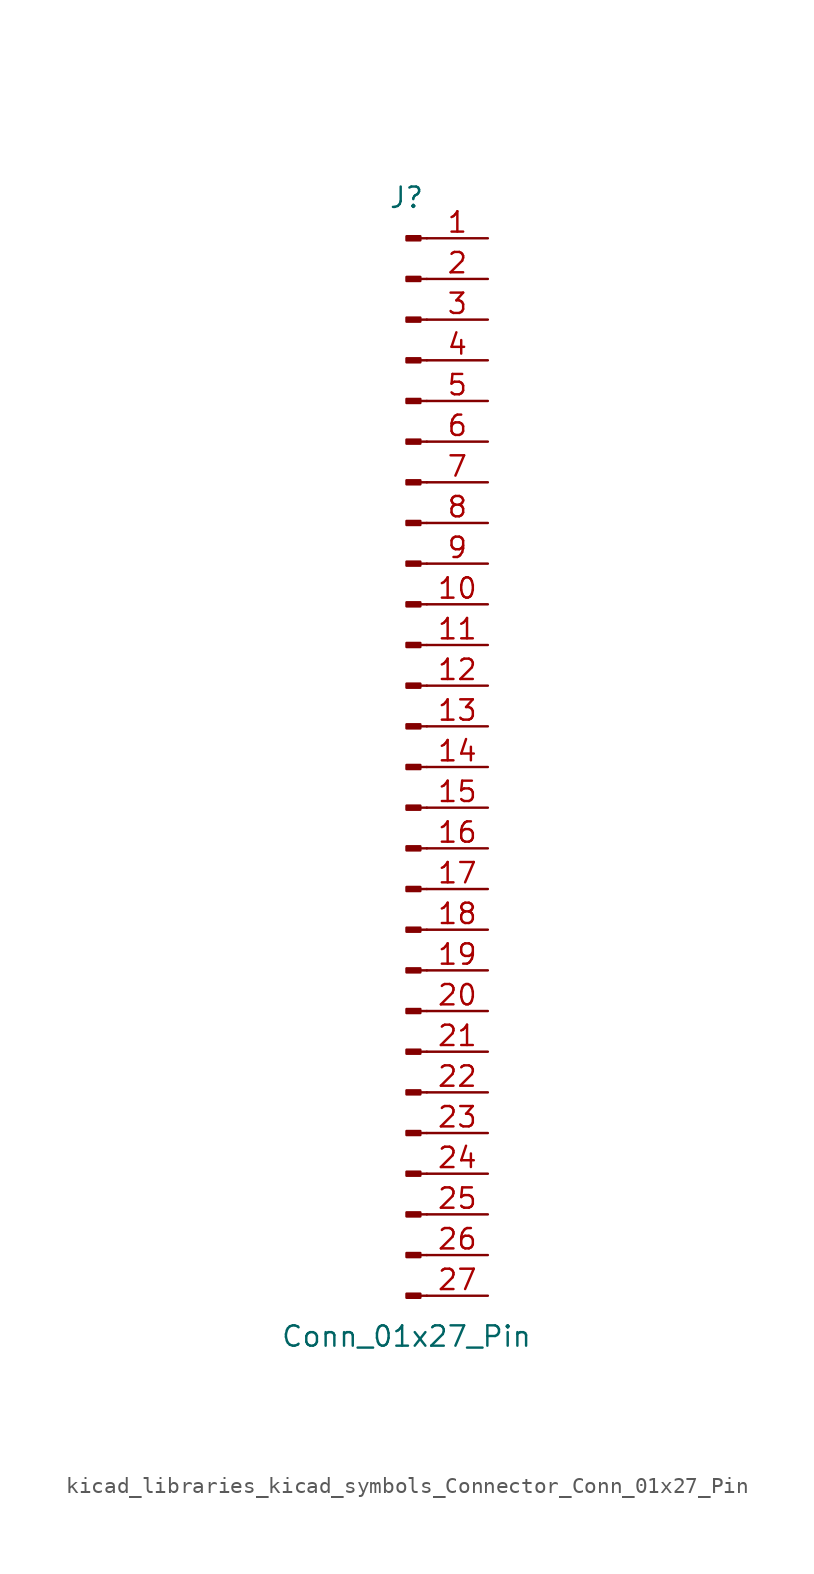
<source format=kicad_sym>
(kicad_symbol_lib
  (version 20220914)
  (generator kicad_symbol_editor)
  (symbol "kicad_libraries_kicad_symbols_Connector_Conn_01x27_Pin"
    (pin_names
      (offset 1.016) hide)
    (property "Reference" "J"
      (at 0 35.56 0)
      (effects (font (size 1.27 1.27))))
    (property "Value" "Conn_01x27_Pin"
      (at 0 -35.56 0)
      (effects (font (size 1.27 1.27))))
    (property "ki_locked" ""
      (at 0 0 0)
      (effects (font (size 1.27 1.27))))
    (symbol "kicad_libraries_kicad_symbols_Connector_Conn_01x27_Pin_1_1"
      (polyline (pts (xy 1.27 -33.02) (xy 0.864 -33.02)) (stroke (width 0.152) (type default)) (fill (type none)))
      (polyline (pts (xy 1.27 -30.48) (xy 0.864 -30.48)) (stroke (width 0.152) (type default)) (fill (type none)))
      (polyline (pts (xy 1.27 -27.94) (xy 0.864 -27.94)) (stroke (width 0.152) (type default)) (fill (type none)))
      (polyline (pts (xy 1.27 -25.4) (xy 0.864 -25.4)) (stroke (width 0.152) (type default)) (fill (type none)))
      (polyline (pts (xy 1.27 -22.86) (xy 0.864 -22.86)) (stroke (width 0.152) (type default)) (fill (type none)))
      (polyline (pts (xy 1.27 -20.32) (xy 0.864 -20.32)) (stroke (width 0.152) (type default)) (fill (type none)))
      (polyline (pts (xy 1.27 -17.78) (xy 0.864 -17.78)) (stroke (width 0.152) (type default)) (fill (type none)))
      (polyline (pts (xy 1.27 -15.24) (xy 0.864 -15.24)) (stroke (width 0.152) (type default)) (fill (type none)))
      (polyline (pts (xy 1.27 -12.7) (xy 0.864 -12.7)) (stroke (width 0.152) (type default)) (fill (type none)))
      (polyline (pts (xy 1.27 -10.16) (xy 0.864 -10.16)) (stroke (width 0.152) (type default)) (fill (type none)))
      (polyline (pts (xy 1.27 -7.62) (xy 0.864 -7.62)) (stroke (width 0.152) (type default)) (fill (type none)))
      (polyline (pts (xy 1.27 -5.08) (xy 0.864 -5.08)) (stroke (width 0.152) (type default)) (fill (type none)))
      (polyline (pts (xy 1.27 -2.54) (xy 0.864 -2.54)) (stroke (width 0.152) (type default)) (fill (type none)))
      (polyline (pts (xy 1.27 0) (xy 0.864 0)) (stroke (width 0.152) (type default)) (fill (type none)))
      (polyline (pts (xy 1.27 2.54) (xy 0.864 2.54)) (stroke (width 0.152) (type default)) (fill (type none)))
      (polyline (pts (xy 1.27 5.08) (xy 0.864 5.08)) (stroke (width 0.152) (type default)) (fill (type none)))
      (polyline (pts (xy 1.27 7.62) (xy 0.864 7.62)) (stroke (width 0.152) (type default)) (fill (type none)))
      (polyline (pts (xy 1.27 10.16) (xy 0.864 10.16)) (stroke (width 0.152) (type default)) (fill (type none)))
      (polyline (pts (xy 1.27 12.7) (xy 0.864 12.7)) (stroke (width 0.152) (type default)) (fill (type none)))
      (polyline (pts (xy 1.27 15.24) (xy 0.864 15.24)) (stroke (width 0.152) (type default)) (fill (type none)))
      (polyline (pts (xy 1.27 17.78) (xy 0.864 17.78)) (stroke (width 0.152) (type default)) (fill (type none)))
      (polyline (pts (xy 1.27 20.32) (xy 0.864 20.32)) (stroke (width 0.152) (type default)) (fill (type none)))
      (polyline (pts (xy 1.27 22.86) (xy 0.864 22.86)) (stroke (width 0.152) (type default)) (fill (type none)))
      (polyline (pts (xy 1.27 25.4) (xy 0.864 25.4)) (stroke (width 0.152) (type default)) (fill (type none)))
      (polyline (pts (xy 1.27 27.94) (xy 0.864 27.94)) (stroke (width 0.152) (type default)) (fill (type none)))
      (polyline (pts (xy 1.27 30.48) (xy 0.864 30.48)) (stroke (width 0.152) (type default)) (fill (type none)))
      (polyline (pts (xy 1.27 33.02) (xy 0.864 33.02)) (stroke (width 0.152) (type default)) (fill (type none)))
      (rectangle (start 0.864 -32.893) (end 0 -33.147) (stroke (width 0.152) (type default)) (fill (type outline)))
      (rectangle (start 0.864 -30.353) (end 0 -30.607) (stroke (width 0.152) (type default)) (fill (type outline)))
      (rectangle (start 0.864 -27.813) (end 0 -28.067) (stroke (width 0.152) (type default)) (fill (type outline)))
      (rectangle (start 0.864 -25.273) (end 0 -25.527) (stroke (width 0.152) (type default)) (fill (type outline)))
      (rectangle (start 0.864 -22.733) (end 0 -22.987) (stroke (width 0.152) (type default)) (fill (type outline)))
      (rectangle (start 0.864 -20.193) (end 0 -20.447) (stroke (width 0.152) (type default)) (fill (type outline)))
      (rectangle (start 0.864 -17.653) (end 0 -17.907) (stroke (width 0.152) (type default)) (fill (type outline)))
      (rectangle (start 0.864 -15.113) (end 0 -15.367) (stroke (width 0.152) (type default)) (fill (type outline)))
      (rectangle (start 0.864 -12.573) (end 0 -12.827) (stroke (width 0.152) (type default)) (fill (type outline)))
      (rectangle (start 0.864 -10.033) (end 0 -10.287) (stroke (width 0.152) (type default)) (fill (type outline)))
      (rectangle (start 0.864 -7.493) (end 0 -7.747) (stroke (width 0.152) (type default)) (fill (type outline)))
      (rectangle (start 0.864 -4.953) (end 0 -5.207) (stroke (width 0.152) (type default)) (fill (type outline)))
      (rectangle (start 0.864 -2.413) (end 0 -2.667) (stroke (width 0.152) (type default)) (fill (type outline)))
      (rectangle (start 0.864 0.127) (end 0 -0.127) (stroke (width 0.152) (type default)) (fill (type outline)))
      (rectangle (start 0.864 2.667) (end 0 2.413) (stroke (width 0.152) (type default)) (fill (type outline)))
      (rectangle (start 0.864 5.207) (end 0 4.953) (stroke (width 0.152) (type default)) (fill (type outline)))
      (rectangle (start 0.864 7.747) (end 0 7.493) (stroke (width 0.152) (type default)) (fill (type outline)))
      (rectangle (start 0.864 10.287) (end 0 10.033) (stroke (width 0.152) (type default)) (fill (type outline)))
      (rectangle (start 0.864 12.827) (end 0 12.573) (stroke (width 0.152) (type default)) (fill (type outline)))
      (rectangle (start 0.864 15.367) (end 0 15.113) (stroke (width 0.152) (type default)) (fill (type outline)))
      (rectangle (start 0.864 17.907) (end 0 17.653) (stroke (width 0.152) (type default)) (fill (type outline)))
      (rectangle (start 0.864 20.447) (end 0 20.193) (stroke (width 0.152) (type default)) (fill (type outline)))
      (rectangle (start 0.864 22.987) (end 0 22.733) (stroke (width 0.152) (type default)) (fill (type outline)))
      (rectangle (start 0.864 25.527) (end 0 25.273) (stroke (width 0.152) (type default)) (fill (type outline)))
      (rectangle (start 0.864 28.067) (end 0 27.813) (stroke (width 0.152) (type default)) (fill (type outline)))
      (rectangle (start 0.864 30.607) (end 0 30.353) (stroke (width 0.152) (type default)) (fill (type outline)))
      (rectangle (start 0.864 33.147) (end 0 32.893) (stroke (width 0.152) (type default)) (fill (type outline)))
      (pin passive line (at 5.08 33.02 180) (length 3.81) (name "Pin_1" (effects (font (size 1.27 1.27)))) (number "1" (effects (font (size 1.27 1.27)))))
      (pin passive line (at 5.08 10.16 180) (length 3.81) (name "Pin_10" (effects (font (size 1.27 1.27)))) (number "10" (effects (font (size 1.27 1.27)))))
      (pin passive line (at 5.08 7.62 180) (length 3.81) (name "Pin_11" (effects (font (size 1.27 1.27)))) (number "11" (effects (font (size 1.27 1.27)))))
      (pin passive line (at 5.08 5.08 180) (length 3.81) (name "Pin_12" (effects (font (size 1.27 1.27)))) (number "12" (effects (font (size 1.27 1.27)))))
      (pin passive line (at 5.08 2.54 180) (length 3.81) (name "Pin_13" (effects (font (size 1.27 1.27)))) (number "13" (effects (font (size 1.27 1.27)))))
      (pin passive line (at 5.08 0 180) (length 3.81) (name "Pin_14" (effects (font (size 1.27 1.27)))) (number "14" (effects (font (size 1.27 1.27)))))
      (pin passive line (at 5.08 -2.54 180) (length 3.81) (name "Pin_15" (effects (font (size 1.27 1.27)))) (number "15" (effects (font (size 1.27 1.27)))))
      (pin passive line (at 5.08 -5.08 180) (length 3.81) (name "Pin_16" (effects (font (size 1.27 1.27)))) (number "16" (effects (font (size 1.27 1.27)))))
      (pin passive line (at 5.08 -7.62 180) (length 3.81) (name "Pin_17" (effects (font (size 1.27 1.27)))) (number "17" (effects (font (size 1.27 1.27)))))
      (pin passive line (at 5.08 -10.16 180) (length 3.81) (name "Pin_18" (effects (font (size 1.27 1.27)))) (number "18" (effects (font (size 1.27 1.27)))))
      (pin passive line (at 5.08 -12.7 180) (length 3.81) (name "Pin_19" (effects (font (size 1.27 1.27)))) (number "19" (effects (font (size 1.27 1.27)))))
      (pin passive line (at 5.08 30.48 180) (length 3.81) (name "Pin_2" (effects (font (size 1.27 1.27)))) (number "2" (effects (font (size 1.27 1.27)))))
      (pin passive line (at 5.08 -15.24 180) (length 3.81) (name "Pin_20" (effects (font (size 1.27 1.27)))) (number "20" (effects (font (size 1.27 1.27)))))
      (pin passive line (at 5.08 -17.78 180) (length 3.81) (name "Pin_21" (effects (font (size 1.27 1.27)))) (number "21" (effects (font (size 1.27 1.27)))))
      (pin passive line (at 5.08 -20.32 180) (length 3.81) (name "Pin_22" (effects (font (size 1.27 1.27)))) (number "22" (effects (font (size 1.27 1.27)))))
      (pin passive line (at 5.08 -22.86 180) (length 3.81) (name "Pin_23" (effects (font (size 1.27 1.27)))) (number "23" (effects (font (size 1.27 1.27)))))
      (pin passive line (at 5.08 -25.4 180) (length 3.81) (name "Pin_24" (effects (font (size 1.27 1.27)))) (number "24" (effects (font (size 1.27 1.27)))))
      (pin passive line (at 5.08 -27.94 180) (length 3.81) (name "Pin_25" (effects (font (size 1.27 1.27)))) (number "25" (effects (font (size 1.27 1.27)))))
      (pin passive line (at 5.08 -30.48 180) (length 3.81) (name "Pin_26" (effects (font (size 1.27 1.27)))) (number "26" (effects (font (size 1.27 1.27)))))
      (pin passive line (at 5.08 -33.02 180) (length 3.81) (name "Pin_27" (effects (font (size 1.27 1.27)))) (number "27" (effects (font (size 1.27 1.27)))))
      (pin passive line (at 5.08 27.94 180) (length 3.81) (name "Pin_3" (effects (font (size 1.27 1.27)))) (number "3" (effects (font (size 1.27 1.27)))))
      (pin passive line (at 5.08 25.4 180) (length 3.81) (name "Pin_4" (effects (font (size 1.27 1.27)))) (number "4" (effects (font (size 1.27 1.27)))))
      (pin passive line (at 5.08 22.86 180) (length 3.81) (name "Pin_5" (effects (font (size 1.27 1.27)))) (number "5" (effects (font (size 1.27 1.27)))))
      (pin passive line (at 5.08 20.32 180) (length 3.81) (name "Pin_6" (effects (font (size 1.27 1.27)))) (number "6" (effects (font (size 1.27 1.27)))))
      (pin passive line (at 5.08 17.78 180) (length 3.81) (name "Pin_7" (effects (font (size 1.27 1.27)))) (number "7" (effects (font (size 1.27 1.27)))))
      (pin passive line (at 5.08 15.24 180) (length 3.81) (name "Pin_8" (effects (font (size 1.27 1.27)))) (number "8" (effects (font (size 1.27 1.27)))))
      (pin passive line (at 5.08 12.7 180) (length 3.81) (name "Pin_9" (effects (font (size 1.27 1.27)))) (number "9" (effects (font (size 1.27 1.27))))))))
</source>
